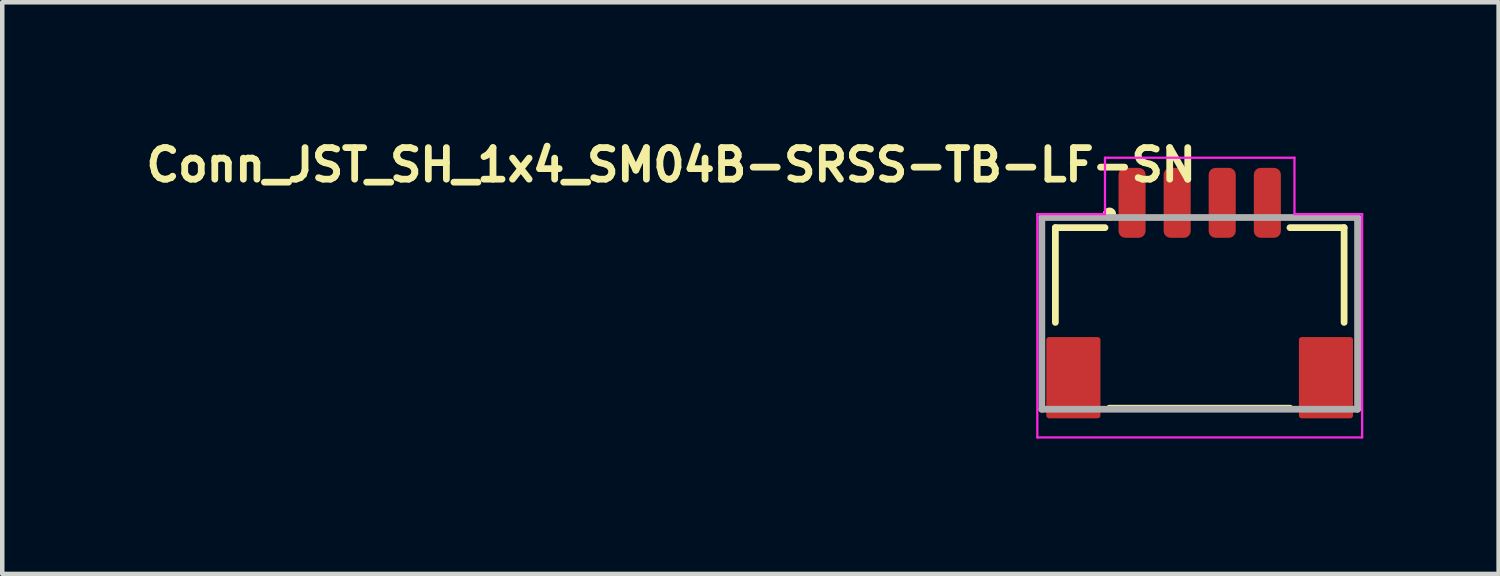
<source format=kicad_pcb>
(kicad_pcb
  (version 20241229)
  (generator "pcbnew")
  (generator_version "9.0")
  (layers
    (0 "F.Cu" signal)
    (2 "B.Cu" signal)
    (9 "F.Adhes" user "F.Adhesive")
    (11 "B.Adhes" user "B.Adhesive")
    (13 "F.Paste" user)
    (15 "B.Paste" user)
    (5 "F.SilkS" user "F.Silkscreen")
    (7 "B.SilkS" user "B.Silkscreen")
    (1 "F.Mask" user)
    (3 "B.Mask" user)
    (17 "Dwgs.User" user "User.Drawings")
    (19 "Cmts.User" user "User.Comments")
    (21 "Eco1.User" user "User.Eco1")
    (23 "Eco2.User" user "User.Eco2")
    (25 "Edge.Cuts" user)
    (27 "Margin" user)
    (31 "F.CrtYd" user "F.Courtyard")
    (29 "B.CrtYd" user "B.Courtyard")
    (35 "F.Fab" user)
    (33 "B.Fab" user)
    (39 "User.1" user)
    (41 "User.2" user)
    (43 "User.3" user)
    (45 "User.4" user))
  (footprint "Conn_JST_SH_1x4_SM04B-SRSS-TB-LF-SN"
    (layer "F.Cu")
    (at 23.543 3.896)
    (property "Reference" "Conn_JST_SH_1x4_SM04B-SRSS-TB-LF-SN" (at 0 -3.7 0) (layer "F.SilkS") (effects (font (size 0.7 0.7) (thickness 0.15)) (justify right top)))
    (attr smd)
    (fp_line (start -3.2 -1.9) (end -2.1 -1.9) (stroke (width 0.15) (type solid)) (layer "F.SilkS"))
    (fp_line (start -3.2 0.2) (end -3.2 -1.9) (stroke (width 0.15) (type solid)) (layer "F.SilkS"))
    (fp_line (start 1.999 2.101) (end -2 2.101) (stroke (width 0.15) (type solid)) (layer "F.SilkS"))
    (fp_line (start 3.2 -1.9) (end 2 -1.9) (stroke (width 0.15) (type solid)) (layer "F.SilkS"))
    (fp_line (start 3.2 0.2) (end 3.2 -1.9) (stroke (width 0.15) (type solid)) (layer "F.SilkS"))
    (fp_circle (center -2 -2.2) (end -1.95 -2.15) (stroke (width 0.15) (type solid)) (fill yes) (layer "F.SilkS"))
    (fp_line (start -3.6 -2.2) (end -3.6 2.75) (stroke (width 0.05) (type solid)) (layer "F.CrtYd"))
    (fp_line (start -3.6 2.75) (end 3.6 2.75) (stroke (width 0.05) (type solid)) (layer "F.CrtYd"))
    (fp_line (start -2.1 -3.45) (end -2.1 -2.2) (stroke (width 0.05) (type solid)) (layer "F.CrtYd"))
    (fp_line (start -2.1 -2.2) (end -3.6 -2.2) (stroke (width 0.05) (type solid)) (layer "F.CrtYd"))
    (fp_line (start 2.1 -3.45) (end -2.1 -3.45) (stroke (width 0.05) (type solid)) (layer "F.CrtYd"))
    (fp_line (start 2.1 -2.2) (end 2.1 -3.45) (stroke (width 0.05) (type solid)) (layer "F.CrtYd"))
    (fp_line (start 3.6 -2.2) (end 2.1 -2.2) (stroke (width 0.05) (type solid)) (layer "F.CrtYd"))
    (fp_line (start 3.6 2.75) (end 3.6 -2.2) (stroke (width 0.05) (type solid)) (layer "F.CrtYd"))
    (fp_line (start -3.5 -2.125) (end -3.5 2.125) (stroke (width 0.15) (type solid)) (layer "F.Fab"))
    (fp_line (start -3.5 -2.125) (end 3.499 -2.125) (stroke (width 0.15) (type solid)) (layer "F.Fab"))
    (fp_line (start 3.499 2.125) (end -3.5 2.125) (stroke (width 0.15) (type solid)) (layer "F.Fab"))
    (fp_line (start 3.499 2.125) (end 3.499 -2.125) (stroke (width 0.15) (type solid)) (layer "F.Fab"))
    (fp_rect (start 2.999 2.475) (end -3 -2.476) (stroke (width 0.1) (type solid)) (fill no) (layer "User.5"))
    (fp_line (start -3 -1.776) (end -2.5 -1.776) (stroke (width 0.02) (type solid)) (layer "User.9"))
    (fp_line (start -3 -1.226) (end -3 -1.776) (stroke (width 0.02) (type solid)) (layer "User.9"))
    (fp_line (start -3 -1.226) (end -2.5 -1.226) (stroke (width 0.02) (type solid)) (layer "User.9"))
    (fp_line (start -3 -0.576) (end -3 -1.226) (stroke (width 0.02) (type solid)) (layer "User.9"))
    (fp_line (start -3 -0.576) (end -2.5 -0.576) (stroke (width 0.02) (type solid)) (layer "User.9"))
    (fp_line (start -3 -0.373) (end -3 -0.576) (stroke (width 0.02) (type solid)) (layer "User.9"))
    (fp_line (start -3 -0.373) (end -2.761 -0.373) (stroke (width 0.02) (type solid)) (layer "User.9"))
    (fp_line (start -3 2.475) (end -3 -0.373) (stroke (width 0.02) (type solid)) (layer "User.9"))
    (fp_line (start -2.761 -0.373) (end -2.761 -0.288) (stroke (width 0.02) (type solid)) (layer "User.9"))
    (fp_line (start -2.761 -0.288) (end -2.761 2.475) (stroke (width 0.02) (type solid)) (layer "User.9"))
    (fp_line (start -2.761 -0.288) (end -2.5 -0.288) (stroke (width 0.02) (type solid)) (layer "User.9"))
    (fp_line (start -2.761 2.475) (end -3 2.475) (stroke (width 0.02) (type solid)) (layer "User.9"))
    (fp_line (start -2.5 -1.776) (end -2.5 -1.226) (stroke (width 0.02) (type solid)) (layer "User.9"))
    (fp_line (start -2.5 -0.288) (end -2.5 -1.226) (stroke (width 0.02) (type solid)) (layer "User.9"))
    (fp_line (start -1.801 -1.776) (end -2.5 -1.776) (stroke (width 0.02) (type solid)) (layer "User.9"))
    (fp_line (start -1.801 -1.776) (end -1.601 -1.575) (stroke (width 0.02) (type solid)) (layer "User.9"))
    (fp_line (start -1.601 -2.476) (end -1.601 -2.476) (stroke (width 0.02) (type solid)) (layer "User.9"))
    (fp_line (start -1.601 -2.476) (end -1.601 -2.375) (stroke (width 0.02) (type solid)) (layer "User.9"))
    (fp_line (start -1.601 -2.476) (end -1.401 -2.476) (stroke (width 0.02) (type solid)) (layer "User.9"))
    (fp_line (start -1.601 -2.375) (end -1.601 -2.476) (stroke (width 0.02) (type solid)) (layer "User.9"))
    (fp_line (start -1.601 -2.375) (end -1.601 -2.476) (stroke (width 0.02) (type solid)) (layer "User.9"))
    (fp_line (start -1.601 -1.996) (end -1.601 -2.375) (stroke (width 0.02) (type solid)) (layer "User.9"))
    (fp_line (start -1.601 -1.996) (end -1.401 -1.996) (stroke (width 0.02) (type solid)) (layer "User.9"))
    (fp_line (start -1.601 -1.605) (end -1.601 -1.996) (stroke (width 0.02) (type solid)) (layer "User.9"))
    (fp_line (start -1.601 -1.575) (end -1.601 -1.605) (stroke (width 0.02) (type solid)) (layer "User.9"))
    (fp_line (start -1.601 -1.575) (end -1.401 -1.575) (stroke (width 0.02) (type solid)) (layer "User.9"))
    (fp_line (start -1.601 -1.327) (end -1.601 -1.476) (stroke (width 0.02) (type solid)) (layer "User.9"))
    (fp_line (start -1.601 -1.226) (end -1.601 -1.575) (stroke (width 0.02) (type solid)) (layer "User.9"))
    (fp_line (start -1.401 -2.476) (end -1.401 -2.476) (stroke (width 0.02) (type solid)) (layer "User.9"))
    (fp_line (start -1.401 -2.476) (end -1.401 -2.375) (stroke (width 0.02) (type solid)) (layer "User.9"))
    (fp_line (start -1.401 -2.375) (end -1.401 -2.476) (stroke (width 0.02) (type solid)) (layer "User.9"))
    (fp_line (start -1.401 -2.375) (end -1.401 -2.476) (stroke (width 0.02) (type solid)) (layer "User.9"))
    (fp_line (start -1.401 -1.996) (end -1.401 -2.375) (stroke (width 0.02) (type solid)) (layer "User.9"))
    (fp_line (start -1.401 -1.605) (end -1.401 -1.996) (stroke (width 0.02) (type solid)) (layer "User.9"))
    (fp_line (start -1.401 -1.575) (end -1.401 -1.605) (stroke (width 0.02) (type solid)) (layer "User.9"))
    (fp_line (start -1.401 -1.575) (end -1.2 -1.776) (stroke (width 0.02) (type solid)) (layer "User.9"))
    (fp_line (start -1.401 -1.327) (end -1.401 -1.476) (stroke (width 0.02) (type solid)) (layer "User.9"))
    (fp_line (start -1.401 -1.226) (end -1.401 -1.575) (stroke (width 0.02) (type solid)) (layer "User.9"))
    (fp_line (start -0.802 -1.776) (end -1.2 -1.776) (stroke (width 0.02) (type solid)) (layer "User.9"))
    (fp_line (start -0.802 -1.776) (end -0.6 -1.575) (stroke (width 0.02) (type solid)) (layer "User.9"))
    (fp_line (start -0.6 -2.476) (end -0.6 -2.476) (stroke (width 0.02) (type solid)) (layer "User.9"))
    (fp_line (start -0.6 -2.476) (end -0.6 -2.375) (stroke (width 0.02) (type solid)) (layer "User.9"))
    (fp_line (start -0.6 -2.476) (end -0.402 -2.476) (stroke (width 0.02) (type solid)) (layer "User.9"))
    (fp_line (start -0.6 -2.375) (end -0.6 -2.476) (stroke (width 0.02) (type solid)) (layer "User.9"))
    (fp_line (start -0.6 -2.375) (end -0.6 -2.476) (stroke (width 0.02) (type solid)) (layer "User.9"))
    (fp_line (start -0.6 -1.996) (end -0.6 -2.375) (stroke (width 0.02) (type solid)) (layer "User.9"))
    (fp_line (start -0.6 -1.996) (end -0.402 -1.996) (stroke (width 0.02) (type solid)) (layer "User.9"))
    (fp_line (start -0.6 -1.605) (end -0.6 -1.996) (stroke (width 0.02) (type solid)) (layer "User.9"))
    (fp_line (start -0.6 -1.575) (end -0.6 -1.605) (stroke (width 0.02) (type solid)) (layer "User.9"))
    (fp_line (start -0.6 -1.575) (end -0.402 -1.575) (stroke (width 0.02) (type solid)) (layer "User.9"))
    (fp_line (start -0.6 -1.327) (end -0.6 -1.476) (stroke (width 0.02) (type solid)) (layer "User.9"))
    (fp_line (start -0.6 -1.226) (end -0.6 -1.575) (stroke (width 0.02) (type solid)) (layer "User.9"))
    (fp_line (start -0.402 -2.476) (end -0.402 -2.476) (stroke (width 0.02) (type solid)) (layer "User.9"))
    (fp_line (start -0.402 -2.476) (end -0.402 -2.375) (stroke (width 0.02) (type solid)) (layer "User.9"))
    (fp_line (start -0.402 -2.375) (end -0.402 -2.476) (stroke (width 0.02) (type solid)) (layer "User.9"))
    (fp_line (start -0.402 -2.375) (end -0.402 -2.476) (stroke (width 0.02) (type solid)) (layer "User.9"))
    (fp_line (start -0.402 -1.996) (end -0.402 -2.375) (stroke (width 0.02) (type solid)) (layer "User.9"))
    (fp_line (start -0.402 -1.605) (end -0.402 -1.996) (stroke (width 0.02) (type solid)) (layer "User.9"))
    (fp_line (start -0.402 -1.575) (end -0.402 -1.605) (stroke (width 0.02) (type solid)) (layer "User.9"))
    (fp_line (start -0.402 -1.575) (end -0.202 -1.776) (stroke (width 0.02) (type solid)) (layer "User.9"))
    (fp_line (start -0.402 -1.327) (end -0.402 -1.476) (stroke (width 0.02) (type solid)) (layer "User.9"))
    (fp_line (start -0.402 -1.226) (end -0.402 -1.575) (stroke (width 0.02) (type solid)) (layer "User.9"))
    (fp_line (start 0.2 -1.776) (end -0.202 -1.776) (stroke (width 0.02) (type solid)) (layer "User.9"))
    (fp_line (start 0.2 -1.776) (end 0.4 -1.575) (stroke (width 0.02) (type solid)) (layer "User.9"))
    (fp_line (start 0.4 -2.476) (end 0.4 -2.476) (stroke (width 0.02) (type solid)) (layer "User.9"))
    (fp_line (start 0.4 -2.476) (end 0.4 -2.375) (stroke (width 0.02) (type solid)) (layer "User.9"))
    (fp_line (start 0.4 -2.476) (end 0.598 -2.476) (stroke (width 0.02) (type solid)) (layer "User.9"))
    (fp_line (start 0.4 -2.375) (end 0.4 -2.476) (stroke (width 0.02) (type solid)) (layer "User.9"))
    (fp_line (start 0.4 -2.375) (end 0.4 -2.476) (stroke (width 0.02) (type solid)) (layer "User.9"))
    (fp_line (start 0.4 -1.996) (end 0.4 -2.375) (stroke (width 0.02) (type solid)) (layer "User.9"))
    (fp_line (start 0.4 -1.996) (end 0.598 -1.996) (stroke (width 0.02) (type solid)) (layer "User.9"))
    (fp_line (start 0.4 -1.605) (end 0.4 -1.996) (stroke (width 0.02) (type solid)) (layer "User.9"))
    (fp_line (start 0.4 -1.575) (end 0.4 -1.605) (stroke (width 0.02) (type solid)) (layer "User.9"))
    (fp_line (start 0.4 -1.575) (end 0.598 -1.575) (stroke (width 0.02) (type solid)) (layer "User.9"))
    (fp_line (start 0.4 -1.327) (end 0.4 -1.476) (stroke (width 0.02) (type solid)) (layer "User.9"))
    (fp_line (start 0.4 -1.226) (end 0.4 -1.575) (stroke (width 0.02) (type solid)) (layer "User.9"))
    (fp_line (start 0.598 -2.476) (end 0.598 -2.476) (stroke (width 0.02) (type solid)) (layer "User.9"))
    (fp_line (start 0.598 -2.476) (end 0.598 -2.375) (stroke (width 0.02) (type solid)) (layer "User.9"))
    (fp_line (start 0.598 -2.375) (end 0.598 -2.476) (stroke (width 0.02) (type solid)) (layer "User.9"))
    (fp_line (start 0.598 -2.375) (end 0.598 -2.476) (stroke (width 0.02) (type solid)) (layer "User.9"))
    (fp_line (start 0.598 -1.996) (end 0.598 -2.375) (stroke (width 0.02) (type solid)) (layer "User.9"))
    (fp_line (start 0.598 -1.605) (end 0.598 -1.996) (stroke (width 0.02) (type solid)) (layer "User.9"))
    (fp_line (start 0.598 -1.575) (end 0.598 -1.605) (stroke (width 0.02) (type solid)) (layer "User.9"))
    (fp_line (start 0.598 -1.575) (end 0.8 -1.776) (stroke (width 0.02) (type solid)) (layer "User.9"))
    (fp_line (start 0.598 -1.327) (end 0.598 -1.476) (stroke (width 0.02) (type solid)) (layer "User.9"))
    (fp_line (start 0.598 -1.226) (end 0.598 -1.575) (stroke (width 0.02) (type solid)) (layer "User.9"))
    (fp_line (start 1.199 -1.776) (end 0.8 -1.776) (stroke (width 0.02) (type solid)) (layer "User.9"))
    (fp_line (start 1.199 -1.776) (end 1.398 -1.575) (stroke (width 0.02) (type solid)) (layer "User.9"))
    (fp_line (start 1.398 -2.476) (end 1.398 -2.476) (stroke (width 0.02) (type solid)) (layer "User.9"))
    (fp_line (start 1.398 -2.476) (end 1.398 -2.375) (stroke (width 0.02) (type solid)) (layer "User.9"))
    (fp_line (start 1.398 -2.476) (end 1.6 -2.476) (stroke (width 0.02) (type solid)) (layer "User.9"))
    (fp_line (start 1.398 -2.375) (end 1.398 -2.476) (stroke (width 0.02) (type solid)) (layer "User.9"))
    (fp_line (start 1.398 -2.375) (end 1.398 -2.476) (stroke (width 0.02) (type solid)) (layer "User.9"))
    (fp_line (start 1.398 -1.996) (end 1.398 -2.375) (stroke (width 0.02) (type solid)) (layer "User.9"))
    (fp_line (start 1.398 -1.996) (end 1.6 -1.996) (stroke (width 0.02) (type solid)) (layer "User.9"))
    (fp_line (start 1.398 -1.605) (end 1.398 -1.996) (stroke (width 0.02) (type solid)) (layer "User.9"))
    (fp_line (start 1.398 -1.575) (end 1.398 -1.605) (stroke (width 0.02) (type solid)) (layer "User.9"))
    (fp_line (start 1.398 -1.575) (end 1.6 -1.575) (stroke (width 0.02) (type solid)) (layer "User.9"))
    (fp_line (start 1.398 -1.327) (end 1.398 -1.476) (stroke (width 0.02) (type solid)) (layer "User.9"))
    (fp_line (start 1.398 -1.226) (end 1.398 -1.575) (stroke (width 0.02) (type solid)) (layer "User.9"))
    (fp_line (start 1.6 -2.476) (end 1.6 -2.476) (stroke (width 0.02) (type solid)) (layer "User.9"))
    (fp_line (start 1.6 -2.476) (end 1.6 -2.375) (stroke (width 0.02) (type solid)) (layer "User.9"))
    (fp_line (start 1.6 -2.375) (end 1.6 -2.476) (stroke (width 0.02) (type solid)) (layer "User.9"))
    (fp_line (start 1.6 -2.375) (end 1.6 -2.476) (stroke (width 0.02) (type solid)) (layer "User.9"))
    (fp_line (start 1.6 -1.996) (end 1.6 -2.375) (stroke (width 0.02) (type solid)) (layer "User.9"))
    (fp_line (start 1.6 -1.605) (end 1.6 -1.996) (stroke (width 0.02) (type solid)) (layer "User.9"))
    (fp_line (start 1.6 -1.575) (end 1.6 -1.605) (stroke (width 0.02) (type solid)) (layer "User.9"))
    (fp_line (start 1.6 -1.575) (end 1.8 -1.776) (stroke (width 0.02) (type solid)) (layer "User.9"))
    (fp_line (start 1.6 -1.327) (end 1.6 -1.476) (stroke (width 0.02) (type solid)) (layer "User.9"))
    (fp_line (start 1.6 -1.226) (end 1.6 -1.575) (stroke (width 0.02) (type solid)) (layer "User.9"))
    (fp_line (start 2.499 -1.776) (end 1.8 -1.776) (stroke (width 0.02) (type solid)) (layer "User.9"))
    (fp_line (start 2.499 -1.776) (end 2.499 -1.226) (stroke (width 0.02) (type solid)) (layer "User.9"))
    (fp_line (start 2.499 -1.776) (end 2.999 -1.776) (stroke (width 0.02) (type solid)) (layer "User.9"))
    (fp_line (start 2.499 -1.226) (end -2.5 -1.226) (stroke (width 0.02) (type solid)) (layer "User.9"))
    (fp_line (start 2.499 -1.226) (end 2.499 -0.288) (stroke (width 0.02) (type solid)) (layer "User.9"))
    (fp_line (start 2.499 -0.288) (end 2.758 -0.288) (stroke (width 0.02) (type solid)) (layer "User.9"))
    (fp_line (start 2.758 -0.373) (end 2.758 -0.288) (stroke (width 0.02) (type solid)) (layer "User.9"))
    (fp_line (start 2.758 2.475) (end -2.761 2.475) (stroke (width 0.02) (type solid)) (layer "User.9"))
    (fp_line (start 2.758 2.475) (end 2.758 -0.288) (stroke (width 0.02) (type solid)) (layer "User.9"))
    (fp_line (start 2.999 -1.776) (end 2.999 -1.226) (stroke (width 0.02) (type solid)) (layer "User.9"))
    (fp_line (start 2.999 -1.226) (end 2.499 -1.226) (stroke (width 0.02) (type solid)) (layer "User.9"))
    (fp_line (start 2.999 -1.226) (end 2.999 -0.576) (stroke (width 0.02) (type solid)) (layer "User.9"))
    (fp_line (start 2.999 -0.576) (end 2.499 -0.576) (stroke (width 0.02) (type solid)) (layer "User.9"))
    (fp_line (start 2.999 -0.373) (end 2.758 -0.373) (stroke (width 0.02) (type solid)) (layer "User.9"))
    (fp_line (start 2.999 -0.373) (end 2.999 -0.576) (stroke (width 0.02) (type solid)) (layer "User.9"))
    (fp_line (start 2.999 2.475) (end 2.758 2.475) (stroke (width 0.02) (type solid)) (layer "User.9"))
    (fp_line (start 2.999 2.475) (end 2.999 -0.373) (stroke (width 0.02) (type solid)) (layer "User.9"))
    (pad "1" smd roundrect (at -1.5 -2.45) (size 0.6 1.55) (layers "F.Cu" "F.Mask" "F.Paste") (roundrect_rratio 0.25))
    (pad "2" smd roundrect (at -0.5 -2.45) (size 0.6 1.55) (layers "F.Cu" "F.Mask" "F.Paste") (roundrect_rratio 0.25))
    (pad "3" smd roundrect (at 0.498 -2.45) (size 0.6 1.55) (layers "F.Cu" "F.Mask" "F.Paste") (roundrect_rratio 0.25))
    (pad "4" smd roundrect (at 1.499 -2.45) (size 0.6 1.55) (layers "F.Cu" "F.Mask" "F.Paste") (roundrect_rratio 0.25))
    (pad "SH1" smd roundrect (at -2.801 1.426 180) (size 1.2 1.8) (layers "F.Cu" "F.Mask" "F.Paste") (roundrect_rratio 0.05))
    (pad "SH2" smd roundrect (at 2.798 1.426 180) (size 1.2 1.8) (layers "F.Cu" "F.Mask" "F.Paste") (roundrect_rratio 0.05)))
  (gr_rect
    (start -3 -3)
    (end 30.168 9.671)
    (stroke (width 0.1) (type default))
    (fill no)
    (layer "Edge.Cuts")))
</source>
